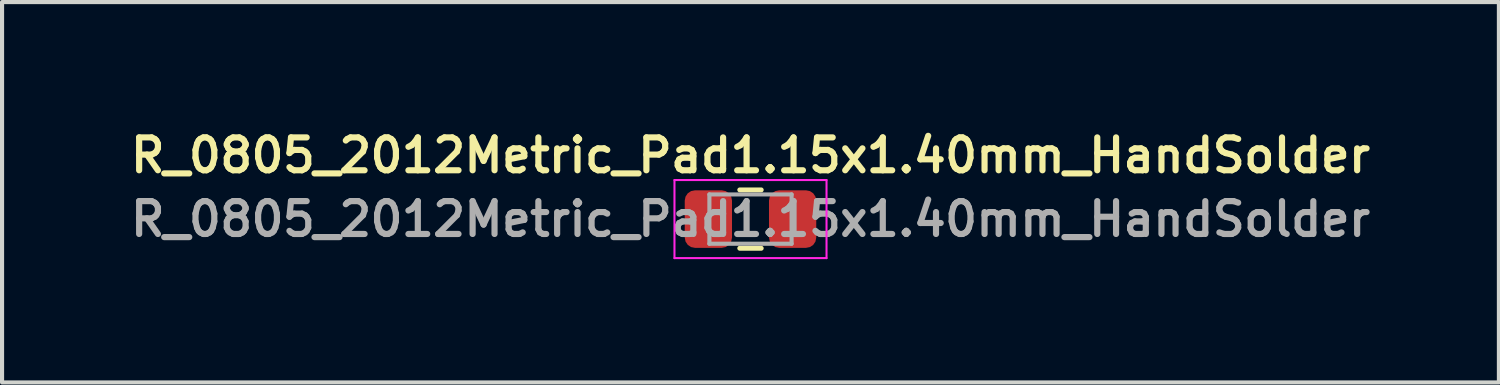
<source format=kicad_pcb>
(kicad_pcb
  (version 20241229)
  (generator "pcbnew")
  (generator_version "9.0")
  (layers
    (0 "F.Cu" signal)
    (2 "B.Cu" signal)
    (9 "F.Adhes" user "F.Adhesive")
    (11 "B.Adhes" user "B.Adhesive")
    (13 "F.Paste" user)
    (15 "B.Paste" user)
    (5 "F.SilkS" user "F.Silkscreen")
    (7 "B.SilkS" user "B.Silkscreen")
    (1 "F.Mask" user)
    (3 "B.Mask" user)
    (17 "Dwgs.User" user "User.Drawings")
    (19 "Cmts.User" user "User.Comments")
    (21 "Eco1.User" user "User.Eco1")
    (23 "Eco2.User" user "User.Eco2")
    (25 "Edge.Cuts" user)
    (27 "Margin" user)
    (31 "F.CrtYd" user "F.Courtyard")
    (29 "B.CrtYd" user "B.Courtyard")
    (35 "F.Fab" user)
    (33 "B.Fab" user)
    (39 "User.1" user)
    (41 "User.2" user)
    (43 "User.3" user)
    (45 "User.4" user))
  (footprint "R_0805_2012Metric_Pad1.15x1.40mm_HandSolder"
    (layer "F.Cu")
    (at 15.212 2.281)
    (property "Reference" "R_0805_2012Metric_Pad1.15x1.40mm_HandSolder" (at 0 -1.55 0) (layer "F.SilkS") (effects (font (size 0.8 0.8) (thickness 0.15))))
    (attr smd)
    (fp_line (start -0.261 -0.71) (end 0.261 -0.71) (stroke (width 0.12) (type solid)) (layer "F.SilkS"))
    (fp_line (start -0.261 0.71) (end 0.261 0.71) (stroke (width 0.12) (type solid)) (layer "F.SilkS"))
    (fp_line (start -1.85 -0.95) (end 1.85 -0.95) (stroke (width 0.05) (type solid)) (layer "F.CrtYd"))
    (fp_line (start -1.85 0.95) (end -1.85 -0.95) (stroke (width 0.05) (type solid)) (layer "F.CrtYd"))
    (fp_line (start 1.85 -0.95) (end 1.85 0.95) (stroke (width 0.05) (type solid)) (layer "F.CrtYd"))
    (fp_line (start 1.85 0.95) (end -1.85 0.95) (stroke (width 0.05) (type solid)) (layer "F.CrtYd"))
    (fp_line (start -1 -0.6) (end 1 -0.6) (stroke (width 0.1) (type solid)) (layer "F.Fab"))
    (fp_line (start -1 0.6) (end -1 -0.6) (stroke (width 0.1) (type solid)) (layer "F.Fab"))
    (fp_line (start 1 -0.6) (end 1 0.6) (stroke (width 0.1) (type solid)) (layer "F.Fab"))
    (fp_line (start 1 0.6) (end -1 0.6) (stroke (width 0.1) (type solid)) (layer "F.Fab"))
    (fp_text user "${REFERENCE}" (at 0 0 0) (layer "F.Fab") (effects (font (size 0.8 0.8) (thickness 0.15))))
    (pad "1" smd roundrect (at -1.025 0) (size 1.15 1.4) (layers "F.Cu" "F.Mask" "F.Paste") (roundrect_rratio 0.217))
    (pad "2" smd roundrect (at 1.025 0) (size 1.15 1.4) (layers "F.Cu" "F.Mask" "F.Paste") (roundrect_rratio 0.217)))
  (gr_rect
    (start -3 -3)
    (end 33.423 6.256)
    (stroke (width 0.1) (type default))
    (fill no)
    (layer "Edge.Cuts")))
</source>
